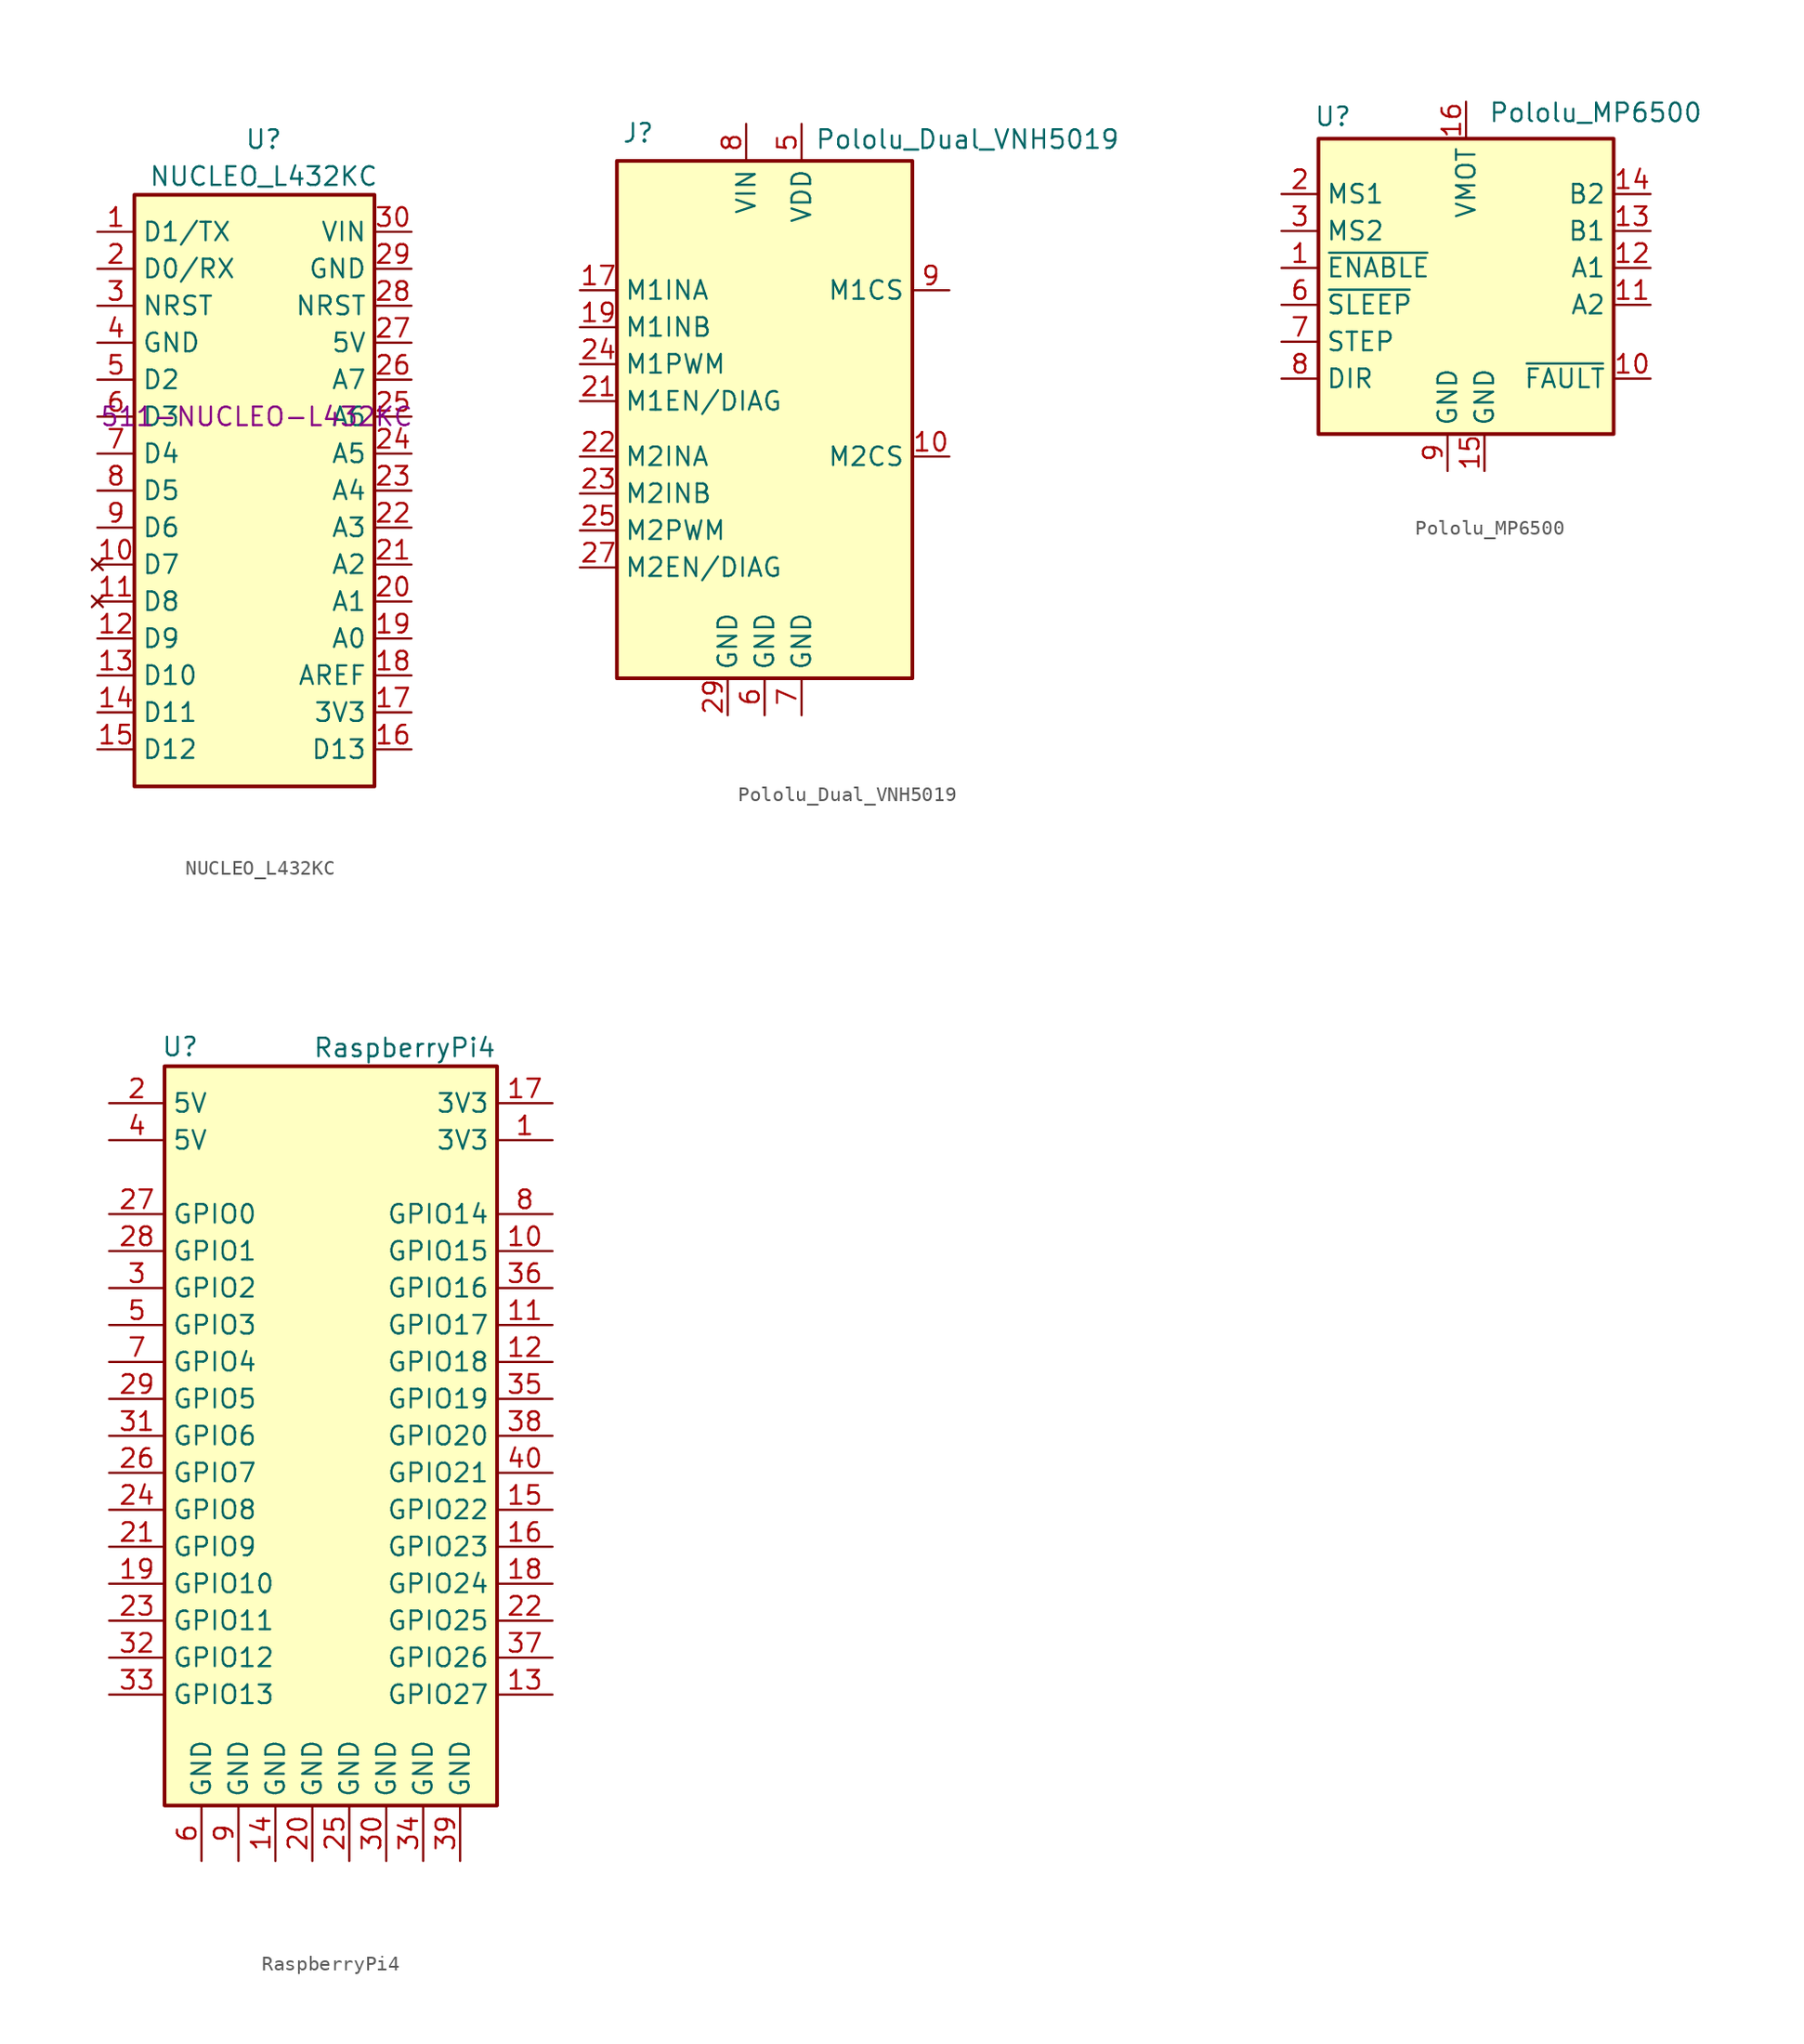
<source format=kicad_sym>
(kicad_symbol_lib
  (version 20220914)
  (generator kicad_symbol_editor)
  (symbol "NUCLEO_L432KC"
    (property "Reference" "U"
      (at 0 19.05 0)
      (effects (font (size 1.27 1.27))))
    (property "Value" "NUCLEO_L432KC"
      (at 0 16.51 0)
      (effects (font (size 1.27 1.27))))
    (property "Mouser" "511-NUCLEO-L432KC "
      (at 0 0 0)
      (effects (font (size 1.27 1.27))))
    (symbol "NUCLEO_L432KC_0_0"
      (rectangle (start -8.89 15.24) (end 7.62 -25.4) (stroke (width 0.254) (type default)) (fill (type background))))
    (symbol "NUCLEO_L432KC_1_1"
      (pin bidirectional line (at -11.43 12.7 0) (length 2.54) (name "D1/TX" (effects (font (size 1.27 1.27)))) (number "1" (effects (font (size 1.27 1.27)))))
      (pin no_connect line (at -11.43 -10.16 0) (length 2.54) (name "D7" (effects (font (size 1.27 1.27)))) (number "10" (effects (font (size 1.27 1.27)))))
      (pin no_connect line (at -11.43 -12.7 0) (length 2.54) (name "D8" (effects (font (size 1.27 1.27)))) (number "11" (effects (font (size 1.27 1.27)))))
      (pin bidirectional line (at -11.43 -15.24 0) (length 2.54) (name "D9" (effects (font (size 1.27 1.27)))) (number "12" (effects (font (size 1.27 1.27)))))
      (pin bidirectional line (at -11.43 -17.78 0) (length 2.54) (name "D10" (effects (font (size 1.27 1.27)))) (number "13" (effects (font (size 1.27 1.27)))))
      (pin bidirectional line (at -11.43 -20.32 0) (length 2.54) (name "D11" (effects (font (size 1.27 1.27)))) (number "14" (effects (font (size 1.27 1.27)))))
      (pin bidirectional line (at -11.43 -22.86 0) (length 2.54) (name "D12" (effects (font (size 1.27 1.27)))) (number "15" (effects (font (size 1.27 1.27)))))
      (pin bidirectional line (at 10.16 -22.86 180) (length 2.54) (name "D13" (effects (font (size 1.27 1.27)))) (number "16" (effects (font (size 1.27 1.27)))))
      (pin power_in line (at 10.16 -20.32 180) (length 2.54) (name "3V3" (effects (font (size 1.27 1.27)))) (number "17" (effects (font (size 1.27 1.27)))))
      (pin output line (at 10.16 -17.78 180) (length 2.54) (name "AREF" (effects (font (size 1.27 1.27)))) (number "18" (effects (font (size 1.27 1.27)))))
      (pin bidirectional line (at 10.16 -15.24 180) (length 2.54) (name "A0" (effects (font (size 1.27 1.27)))) (number "19" (effects (font (size 1.27 1.27)))))
      (pin bidirectional line (at -11.43 10.16 0) (length 2.54) (name "D0/RX" (effects (font (size 1.27 1.27)))) (number "2" (effects (font (size 1.27 1.27)))))
      (pin bidirectional line (at 10.16 -12.7 180) (length 2.54) (name "A1" (effects (font (size 1.27 1.27)))) (number "20" (effects (font (size 1.27 1.27)))))
      (pin bidirectional line (at 10.16 -10.16 180) (length 2.54) (name "A2" (effects (font (size 1.27 1.27)))) (number "21" (effects (font (size 1.27 1.27)))))
      (pin bidirectional line (at 10.16 -7.62 180) (length 2.54) (name "A3" (effects (font (size 1.27 1.27)))) (number "22" (effects (font (size 1.27 1.27)))))
      (pin bidirectional line (at 10.16 -5.08 180) (length 2.54) (name "A4" (effects (font (size 1.27 1.27)))) (number "23" (effects (font (size 1.27 1.27)))))
      (pin bidirectional line (at 10.16 -2.54 180) (length 2.54) (name "A5" (effects (font (size 1.27 1.27)))) (number "24" (effects (font (size 1.27 1.27)))))
      (pin bidirectional line (at 10.16 0 180) (length 2.54) (name "A6" (effects (font (size 1.27 1.27)))) (number "25" (effects (font (size 1.27 1.27)))))
      (pin bidirectional line (at 10.16 2.54 180) (length 2.54) (name "A7" (effects (font (size 1.27 1.27)))) (number "26" (effects (font (size 1.27 1.27)))))
      (pin power_in line (at 10.16 5.08 180) (length 2.54) (name "5V" (effects (font (size 1.27 1.27)))) (number "27" (effects (font (size 1.27 1.27)))))
      (pin input line (at 10.16 7.62 180) (length 2.54) (name "NRST" (effects (font (size 1.27 1.27)))) (number "28" (effects (font (size 1.27 1.27)))))
      (pin power_in line (at 10.16 10.16 180) (length 2.54) (name "GND" (effects (font (size 1.27 1.27)))) (number "29" (effects (font (size 1.27 1.27)))))
      (pin input line (at -11.43 7.62 0) (length 2.54) (name "NRST" (effects (font (size 1.27 1.27)))) (number "3" (effects (font (size 1.27 1.27)))))
      (pin power_in line (at 10.16 12.7 180) (length 2.54) (name "VIN" (effects (font (size 1.27 1.27)))) (number "30" (effects (font (size 1.27 1.27)))))
      (pin power_in line (at -11.43 5.08 0) (length 2.54) (name "GND" (effects (font (size 1.27 1.27)))) (number "4" (effects (font (size 1.27 1.27)))))
      (pin bidirectional line (at -11.43 2.54 0) (length 2.54) (name "D2" (effects (font (size 1.27 1.27)))) (number "5" (effects (font (size 1.27 1.27)))))
      (pin bidirectional line (at -11.43 0 0) (length 2.54) (name "D3" (effects (font (size 1.27 1.27)))) (number "6" (effects (font (size 1.27 1.27)))))
      (pin bidirectional line (at -11.43 -2.54 0) (length 2.54) (name "D4" (effects (font (size 1.27 1.27)))) (number "7" (effects (font (size 1.27 1.27)))))
      (pin bidirectional line (at -11.43 -5.08 0) (length 2.54) (name "D5" (effects (font (size 1.27 1.27)))) (number "8" (effects (font (size 1.27 1.27)))))
      (pin bidirectional line (at -11.43 -7.62 0) (length 2.54) (name "D6" (effects (font (size 1.27 1.27)))) (number "9" (effects (font (size 1.27 1.27)))))))
  (symbol "Pololu_Dual_VNH5019"
    (property "Reference" "J"
      (at -9.82 16.411 0)
      (effects (font (size 1.27 1.27)) (justify left bottom)))
    (property "Value" "Pololu_Dual_VNH5019"
      (at 3.45 17.465 0)
      (effects (font (size 1.27 1.27)) (justify left top)))
    (symbol "Pololu_Dual_VNH5019_0_1"
      (rectangle (start -10.16 15.24) (end 10.16 -20.32) (stroke (width 0.254) (type default)) (fill (type background))))
    (symbol "Pololu_Dual_VNH5019_1_1"
      (pin output line (at 12.7 -5.08 180) (length 2.54) (name "M2CS" (effects (font (size 1.27 1.27)))) (number "10" (effects (font (size 1.27 1.27)))))
      (pin input line (at -12.7 6.35 0) (length 2.54) (name "M1INA" (effects (font (size 1.27 1.27)))) (number "17" (effects (font (size 1.27 1.27)))))
      (pin input line (at -12.7 3.81 0) (length 2.54) (name "M1INB" (effects (font (size 1.27 1.27)))) (number "19" (effects (font (size 1.27 1.27)))))
      (pin bidirectional line (at -12.7 -1.27 0) (length 2.54) (name "M1EN/DIAG" (effects (font (size 1.27 1.27)))) (number "21" (effects (font (size 1.27 1.27)))))
      (pin input line (at -12.7 -5.08 0) (length 2.54) (name "M2INA" (effects (font (size 1.27 1.27)))) (number "22" (effects (font (size 1.27 1.27)))))
      (pin input line (at -12.7 -7.62 0) (length 2.54) (name "M2INB" (effects (font (size 1.27 1.27)))) (number "23" (effects (font (size 1.27 1.27)))))
      (pin input line (at -12.7 1.27 0) (length 2.54) (name "M1PWM" (effects (font (size 1.27 1.27)))) (number "24" (effects (font (size 1.27 1.27)))))
      (pin input line (at -12.7 -10.16 0) (length 2.54) (name "M2PWM" (effects (font (size 1.27 1.27)))) (number "25" (effects (font (size 1.27 1.27)))))
      (pin bidirectional line (at -12.7 -12.7 0) (length 2.54) (name "M2EN/DIAG" (effects (font (size 1.27 1.27)))) (number "27" (effects (font (size 1.27 1.27)))))
      (pin power_in line (at -2.54 -22.86 90) (length 2.54) (name "GND" (effects (font (size 1.27 1.27)))) (number "29" (effects (font (size 1.27 1.27)))))
      (pin power_in line (at 2.54 17.78 270) (length 2.54) (name "VDD" (effects (font (size 1.27 1.27)))) (number "5" (effects (font (size 1.27 1.27)))))
      (pin power_in line (at 0 -22.86 90) (length 2.54) (name "GND" (effects (font (size 1.27 1.27)))) (number "6" (effects (font (size 1.27 1.27)))))
      (pin power_in line (at 2.54 -22.86 90) (length 2.54) (name "GND" (effects (font (size 1.27 1.27)))) (number "7" (effects (font (size 1.27 1.27)))))
      (pin power_in line (at -1.27 17.78 270) (length 2.54) (name "VIN" (effects (font (size 1.27 1.27)))) (number "8" (effects (font (size 1.27 1.27)))))
      (pin output line (at 12.7 6.35 180) (length 2.54) (name "M1CS" (effects (font (size 1.27 1.27)))) (number "9" (effects (font (size 1.27 1.27)))))))
  (symbol "Pololu_MP6500"
    (property "Reference" "U"
      (at 3.538 -1.02 0)
      (effects (font (size 1.27 1.27))))
    (property "Value" "Pololu_MP6500"
      (at 21.622 -0.75 0)
      (effects (font (size 1.27 1.27))))
    (symbol "Pololu_MP6500_0_0"
      (rectangle (start 2.54 -2.54) (end 22.86 -22.86) (stroke (width 0.254) (type default)) (fill (type background))))
    (symbol "Pololu_MP6500_1_0"
      (pin output line (at 25.4 -19.05 180) (length 2.54) (name "~{FAULT}" (effects (font (size 1.27 1.27)))) (number "10" (effects (font (size 1.27 1.27)))))
      (pin power_out line (at 25.4 -13.97 180) (length 2.54) (name "A2" (effects (font (size 1.27 1.27)))) (number "11" (effects (font (size 1.27 1.27)))))
      (pin power_out line (at 25.4 -11.43 180) (length 2.54) (name "A1" (effects (font (size 1.27 1.27)))) (number "12" (effects (font (size 1.27 1.27)))))
      (pin power_out line (at 25.4 -8.89 180) (length 2.54) (name "B1" (effects (font (size 1.27 1.27)))) (number "13" (effects (font (size 1.27 1.27)))))
      (pin power_out line (at 25.4 -6.35 180) (length 2.54) (name "B2" (effects (font (size 1.27 1.27)))) (number "14" (effects (font (size 1.27 1.27)))))
      (pin power_in line (at 13.97 -25.4 90) (length 2.54) (name "GND" (effects (font (size 1.27 1.27)))) (number "15" (effects (font (size 1.27 1.27)))))
      (pin power_in line (at 12.7 0 270) (length 2.54) (name "VMOT" (effects (font (size 1.27 1.27)))) (number "16" (effects (font (size 1.27 1.27)))))
      (pin input line (at 0 -6.35 0) (length 2.54) (name "MS1" (effects (font (size 1.27 1.27)))) (number "2" (effects (font (size 1.27 1.27)))))
      (pin input line (at 0 -8.89 0) (length 2.54) (name "MS2" (effects (font (size 1.27 1.27)))) (number "3" (effects (font (size 1.27 1.27)))))
      (pin input line (at 0 -13.97 0) (length 2.54) (name "~{SLEEP}" (effects (font (size 1.27 1.27)))) (number "6" (effects (font (size 1.27 1.27)))))
      (pin input line (at 0 -16.51 0) (length 2.54) (name "STEP" (effects (font (size 1.27 1.27)))) (number "7" (effects (font (size 1.27 1.27)))))
      (pin input line (at 0 -19.05 0) (length 2.54) (name "DIR" (effects (font (size 1.27 1.27)))) (number "8" (effects (font (size 1.27 1.27)))))
      (pin power_in line (at 11.43 -25.4 90) (length 2.54) (name "GND" (effects (font (size 1.27 1.27)))) (number "9" (effects (font (size 1.27 1.27))))))
    (symbol "Pololu_MP6500_1_1"
      (pin input line (at 0 -11.43 0) (length 2.54) (name "~{ENABLE}" (effects (font (size 1.27 1.27)))) (number "1" (effects (font (size 1.27 1.27)))))))
  (symbol "RaspberryPi4"
    (property "Reference" "U"
      (at -10.353 26.739 0)
      (effects (font (size 1.27 1.27))))
    (property "Value" "RaspberryPi4"
      (at 5.08 26.67 0)
      (effects (font (size 1.27 1.27))))
    (symbol "RaspberryPi4_0_1"
      (rectangle (start -11.43 25.4) (end 11.43 -25.4) (stroke (width 0.254) (type default)) (fill (type background))))
    (symbol "RaspberryPi4_1_1"
      (pin power_out line (at 15.24 20.32 180) (length 3.81) (name "3V3" (effects (font (size 1.27 1.27)))) (number "1" (effects (font (size 1.27 1.27)))))
      (pin bidirectional line (at 15.24 12.7 180) (length 3.81) (name "GPIO15" (effects (font (size 1.27 1.27)))) (number "10" (effects (font (size 1.27 1.27)))))
      (pin bidirectional line (at 15.24 7.62 180) (length 3.81) (name "GPIO17" (effects (font (size 1.27 1.27)))) (number "11" (effects (font (size 1.27 1.27)))))
      (pin bidirectional line (at 15.24 5.08 180) (length 3.81) (name "GPIO18" (effects (font (size 1.27 1.27)))) (number "12" (effects (font (size 1.27 1.27)))))
      (pin bidirectional line (at 15.24 -17.78 180) (length 3.81) (name "GPIO27" (effects (font (size 1.27 1.27)))) (number "13" (effects (font (size 1.27 1.27)))))
      (pin power_in line (at -3.81 -29.21 90) (length 3.81) (name "GND" (effects (font (size 1.27 1.27)))) (number "14" (effects (font (size 1.27 1.27)))))
      (pin bidirectional line (at 15.24 -5.08 180) (length 3.81) (name "GPIO22" (effects (font (size 1.27 1.27)))) (number "15" (effects (font (size 1.27 1.27)))))
      (pin bidirectional line (at 15.24 -7.62 180) (length 3.81) (name "GPIO23" (effects (font (size 1.27 1.27)))) (number "16" (effects (font (size 1.27 1.27)))))
      (pin power_out line (at 15.24 22.86 180) (length 3.81) (name "3V3" (effects (font (size 1.27 1.27)))) (number "17" (effects (font (size 1.27 1.27)))))
      (pin bidirectional line (at 15.24 -10.16 180) (length 3.81) (name "GPIO24" (effects (font (size 1.27 1.27)))) (number "18" (effects (font (size 1.27 1.27)))))
      (pin bidirectional line (at -15.24 -10.16 0) (length 3.81) (name "GPIO10" (effects (font (size 1.27 1.27)))) (number "19" (effects (font (size 1.27 1.27)))))
      (pin power_in line (at -15.24 22.86 0) (length 3.81) (name "5V" (effects (font (size 1.27 1.27)))) (number "2" (effects (font (size 1.27 1.27)))))
      (pin power_in line (at -1.27 -29.21 90) (length 3.81) (name "GND" (effects (font (size 1.27 1.27)))) (number "20" (effects (font (size 1.27 1.27)))))
      (pin bidirectional line (at -15.24 -7.62 0) (length 3.81) (name "GPIO9" (effects (font (size 1.27 1.27)))) (number "21" (effects (font (size 1.27 1.27)))))
      (pin bidirectional line (at 15.24 -12.7 180) (length 3.81) (name "GPIO25" (effects (font (size 1.27 1.27)))) (number "22" (effects (font (size 1.27 1.27)))))
      (pin bidirectional line (at -15.24 -12.7 0) (length 3.81) (name "GPIO11" (effects (font (size 1.27 1.27)))) (number "23" (effects (font (size 1.27 1.27)))))
      (pin bidirectional line (at -15.24 -5.08 0) (length 3.81) (name "GPIO8" (effects (font (size 1.27 1.27)))) (number "24" (effects (font (size 1.27 1.27)))))
      (pin power_in line (at 1.27 -29.21 90) (length 3.81) (name "GND" (effects (font (size 1.27 1.27)))) (number "25" (effects (font (size 1.27 1.27)))))
      (pin bidirectional line (at -15.24 -2.54 0) (length 3.81) (name "GPIO7" (effects (font (size 1.27 1.27)))) (number "26" (effects (font (size 1.27 1.27)))))
      (pin bidirectional line (at -15.24 15.24 0) (length 3.81) (name "GPIO0" (effects (font (size 1.27 1.27)))) (number "27" (effects (font (size 1.27 1.27)))))
      (pin bidirectional line (at -15.24 12.7 0) (length 3.81) (name "GPIO1" (effects (font (size 1.27 1.27)))) (number "28" (effects (font (size 1.27 1.27)))))
      (pin bidirectional line (at -15.24 2.54 0) (length 3.81) (name "GPIO5" (effects (font (size 1.27 1.27)))) (number "29" (effects (font (size 1.27 1.27)))))
      (pin bidirectional line (at -15.24 10.16 0) (length 3.81) (name "GPIO2" (effects (font (size 1.27 1.27)))) (number "3" (effects (font (size 1.27 1.27)))))
      (pin power_in line (at 3.81 -29.21 90) (length 3.81) (name "GND" (effects (font (size 1.27 1.27)))) (number "30" (effects (font (size 1.27 1.27)))))
      (pin bidirectional line (at -15.24 0 0) (length 3.81) (name "GPIO6" (effects (font (size 1.27 1.27)))) (number "31" (effects (font (size 1.27 1.27)))))
      (pin bidirectional line (at -15.24 -15.24 0) (length 3.81) (name "GPIO12" (effects (font (size 1.27 1.27)))) (number "32" (effects (font (size 1.27 1.27)))))
      (pin bidirectional line (at -15.24 -17.78 0) (length 3.81) (name "GPIO13" (effects (font (size 1.27 1.27)))) (number "33" (effects (font (size 1.27 1.27)))))
      (pin power_in line (at 6.35 -29.21 90) (length 3.81) (name "GND" (effects (font (size 1.27 1.27)))) (number "34" (effects (font (size 1.27 1.27)))))
      (pin bidirectional line (at 15.24 2.54 180) (length 3.81) (name "GPIO19" (effects (font (size 1.27 1.27)))) (number "35" (effects (font (size 1.27 1.27)))))
      (pin bidirectional line (at 15.24 10.16 180) (length 3.81) (name "GPIO16" (effects (font (size 1.27 1.27)))) (number "36" (effects (font (size 1.27 1.27)))))
      (pin bidirectional line (at 15.24 -15.24 180) (length 3.81) (name "GPIO26" (effects (font (size 1.27 1.27)))) (number "37" (effects (font (size 1.27 1.27)))))
      (pin bidirectional line (at 15.24 0 180) (length 3.81) (name "GPIO20" (effects (font (size 1.27 1.27)))) (number "38" (effects (font (size 1.27 1.27)))))
      (pin power_in line (at 8.89 -29.21 90) (length 3.81) (name "GND" (effects (font (size 1.27 1.27)))) (number "39" (effects (font (size 1.27 1.27)))))
      (pin power_in line (at -15.24 20.32 0) (length 3.81) (name "5V" (effects (font (size 1.27 1.27)))) (number "4" (effects (font (size 1.27 1.27)))))
      (pin bidirectional line (at 15.24 -2.54 180) (length 3.81) (name "GPIO21" (effects (font (size 1.27 1.27)))) (number "40" (effects (font (size 1.27 1.27)))))
      (pin bidirectional line (at -15.24 7.62 0) (length 3.81) (name "GPIO3" (effects (font (size 1.27 1.27)))) (number "5" (effects (font (size 1.27 1.27)))))
      (pin power_in line (at -8.89 -29.21 90) (length 3.81) (name "GND" (effects (font (size 1.27 1.27)))) (number "6" (effects (font (size 1.27 1.27)))))
      (pin bidirectional line (at -15.24 5.08 0) (length 3.81) (name "GPIO4" (effects (font (size 1.27 1.27)))) (number "7" (effects (font (size 1.27 1.27)))))
      (pin bidirectional line (at 15.24 15.24 180) (length 3.81) (name "GPIO14" (effects (font (size 1.27 1.27)))) (number "8" (effects (font (size 1.27 1.27)))))
      (pin power_in line (at -6.35 -29.21 90) (length 3.81) (name "GND" (effects (font (size 1.27 1.27)))) (number "9" (effects (font (size 1.27 1.27))))))))
</source>
